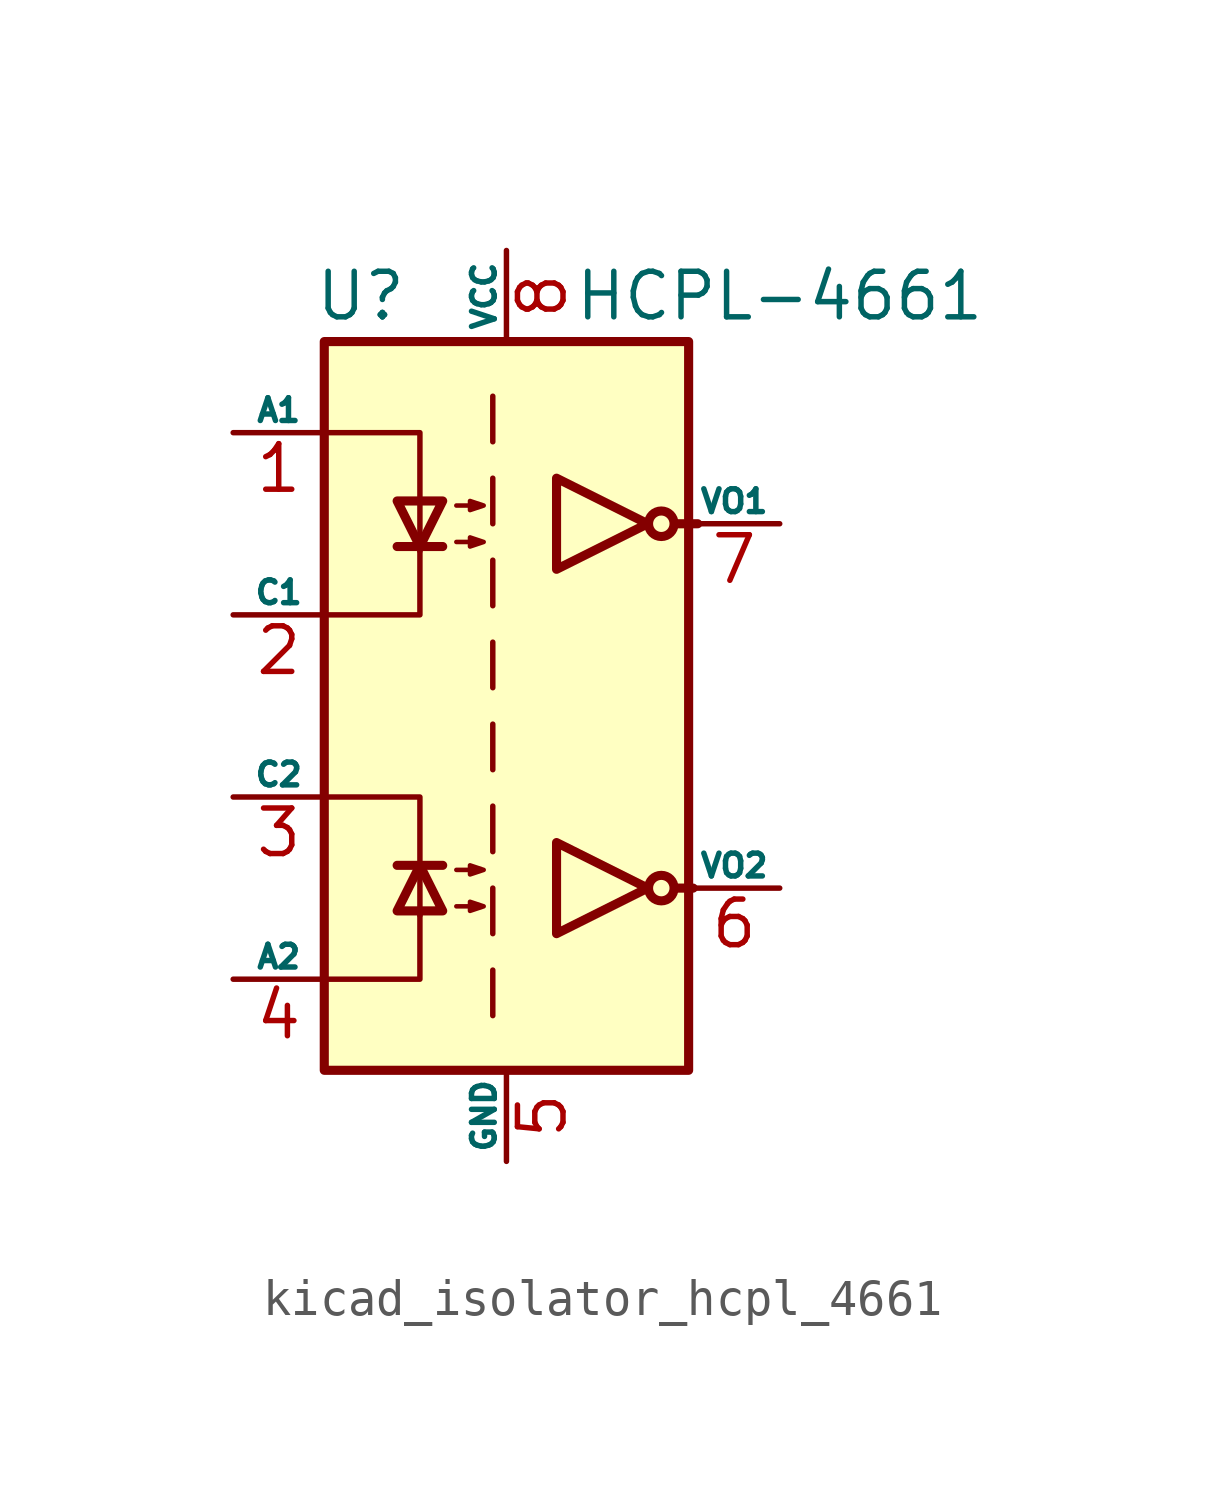
<source format=kicad_sym>
(kicad_symbol_lib
  (version 20220914)
  (generator kicad_symbol_editor)
  (symbol "kicad_isolator_hcpl_4661"
    (pin_names
      (offset 0))
    (property "Reference" "U"
      (at -4.064 11.43 0)
      (effects (font (size 1.27 1.27))))
    (property "Value" "HCPL-4661"
      (at 7.62 11.43 0)
      (effects (font (size 1.27 1.27))))
    (symbol "kicad_isolator_hcpl_4661_1_1"
      (rectangle (start -5.08 10.16) (end 5.08 -10.16) (stroke (width 0.254) (type default)) (fill (type background)))
      (polyline (pts (xy -3.048 -4.445) (xy -1.778 -4.445)) (stroke (width 0.254) (type default)) (fill (type none)))
      (polyline (pts (xy -3.048 4.445) (xy -1.778 4.445)) (stroke (width 0.254) (type default)) (fill (type none)))
      (polyline (pts (xy -0.381 -7.366) (xy -0.381 -8.636)) (stroke (width 0) (type default)) (fill (type none)))
      (polyline (pts (xy -0.381 -5.08) (xy -0.381 -6.35)) (stroke (width 0) (type default)) (fill (type none)))
      (polyline (pts (xy -0.381 -2.794) (xy -0.381 -4.064)) (stroke (width 0) (type default)) (fill (type none)))
      (polyline (pts (xy -0.381 -0.508) (xy -0.381 -1.778)) (stroke (width 0) (type default)) (fill (type none)))
      (polyline (pts (xy -0.381 1.778) (xy -0.381 0.508)) (stroke (width 0) (type default)) (fill (type none)))
      (polyline (pts (xy -0.381 4.064) (xy -0.381 2.794)) (stroke (width 0) (type default)) (fill (type none)))
      (polyline (pts (xy -0.381 6.35) (xy -0.381 5.08)) (stroke (width 0) (type default)) (fill (type none)))
      (polyline (pts (xy -0.381 8.636) (xy -0.381 7.366)) (stroke (width 0) (type default)) (fill (type none)))
      (polyline (pts (xy 4.699 -5.08) (xy 5.207 -5.08)) (stroke (width 0.254) (type default)) (fill (type none)))
      (polyline (pts (xy 4.699 5.08) (xy 5.334 5.08)) (stroke (width 0.254) (type default)) (fill (type none)))
      (polyline (pts (xy -4.953 -7.62) (xy -2.413 -7.62) (xy -2.413 -5.715)) (stroke (width 0) (type default)) (fill (type none)))
      (polyline (pts (xy -4.953 7.62) (xy -2.413 7.62) (xy -2.413 4.318)) (stroke (width 0) (type default)) (fill (type none)))
      (polyline (pts (xy -2.413 -5.842) (xy -2.413 -2.54) (xy -4.953 -2.54)) (stroke (width 0) (type default)) (fill (type none)))
      (polyline (pts (xy -2.413 4.445) (xy -2.413 2.54) (xy -4.953 2.54)) (stroke (width 0) (type default)) (fill (type none)))
      (polyline (pts (xy -2.413 -4.445) (xy -3.048 -5.715) (xy -1.778 -5.715) (xy -2.413 -4.445)) (stroke (width 0.254) (type default)) (fill (type none)))
      (polyline (pts (xy -2.413 4.445) (xy -3.048 5.715) (xy -1.778 5.715) (xy -2.413 4.445)) (stroke (width 0.254) (type default)) (fill (type none)))
      (polyline (pts (xy 3.937 -5.08) (xy 1.397 -3.81) (xy 1.397 -6.35) (xy 3.937 -5.08)) (stroke (width 0.254) (type default)) (fill (type none)))
      (polyline (pts (xy 3.937 5.08) (xy 1.397 6.35) (xy 1.397 3.81) (xy 3.937 5.08)) (stroke (width 0.254) (type default)) (fill (type none)))
      (polyline (pts (xy -1.397 -5.588) (xy -0.635 -5.588) (xy -1.016 -5.715) (xy -1.016 -5.461) (xy -0.635 -5.588)) (stroke (width 0.127) (type default)) (fill (type none)))
      (polyline (pts (xy -1.397 -4.572) (xy -0.635 -4.572) (xy -1.016 -4.699) (xy -1.016 -4.445) (xy -0.635 -4.572)) (stroke (width 0.127) (type default)) (fill (type none)))
      (polyline (pts (xy -1.397 4.572) (xy -0.635 4.572) (xy -1.016 4.445) (xy -1.016 4.699) (xy -0.635 4.572)) (stroke (width 0.127) (type default)) (fill (type none)))
      (polyline (pts (xy -1.397 5.588) (xy -0.635 5.588) (xy -1.016 5.461) (xy -1.016 5.715) (xy -0.635 5.588)) (stroke (width 0.127) (type default)) (fill (type none)))
      (circle (center 4.318 -5.08) (radius 0.356) (stroke (width 0.254) (type default)) (fill (type none)))
      (circle (center 4.318 5.08) (radius 0.356) (stroke (width 0.254) (type default)) (fill (type none)))
      (pin passive line (at -7.62 7.62 0) (length 2.54) (name "A1" (effects (font (size 0.635 0.635)))) (number "1" (effects (font (size 1.27 1.27)))))
      (pin passive line (at -7.62 2.54 0) (length 2.54) (name "C1" (effects (font (size 0.635 0.635)))) (number "2" (effects (font (size 1.27 1.27)))))
      (pin passive line (at -7.62 -2.54 0) (length 2.54) (name "C2" (effects (font (size 0.635 0.635)))) (number "3" (effects (font (size 1.27 1.27)))))
      (pin passive line (at -7.62 -7.62 0) (length 2.54) (name "A2" (effects (font (size 0.635 0.635)))) (number "4" (effects (font (size 1.27 1.27)))))
      (pin power_in line (at 0 -12.7 90) (length 2.54) (name "GND" (effects (font (size 0.635 0.635)))) (number "5" (effects (font (size 1.27 1.27)))))
      (pin open_collector line (at 7.62 -5.08 180) (length 2.54) (name "VO2" (effects (font (size 0.635 0.635)))) (number "6" (effects (font (size 1.27 1.27)))))
      (pin open_collector line (at 7.62 5.08 180) (length 2.54) (name "VO1" (effects (font (size 0.635 0.635)))) (number "7" (effects (font (size 1.27 1.27)))))
      (pin power_in line (at 0 12.7 270) (length 2.54) (name "VCC" (effects (font (size 0.635 0.635)))) (number "8" (effects (font (size 1.27 1.27))))))))
</source>
